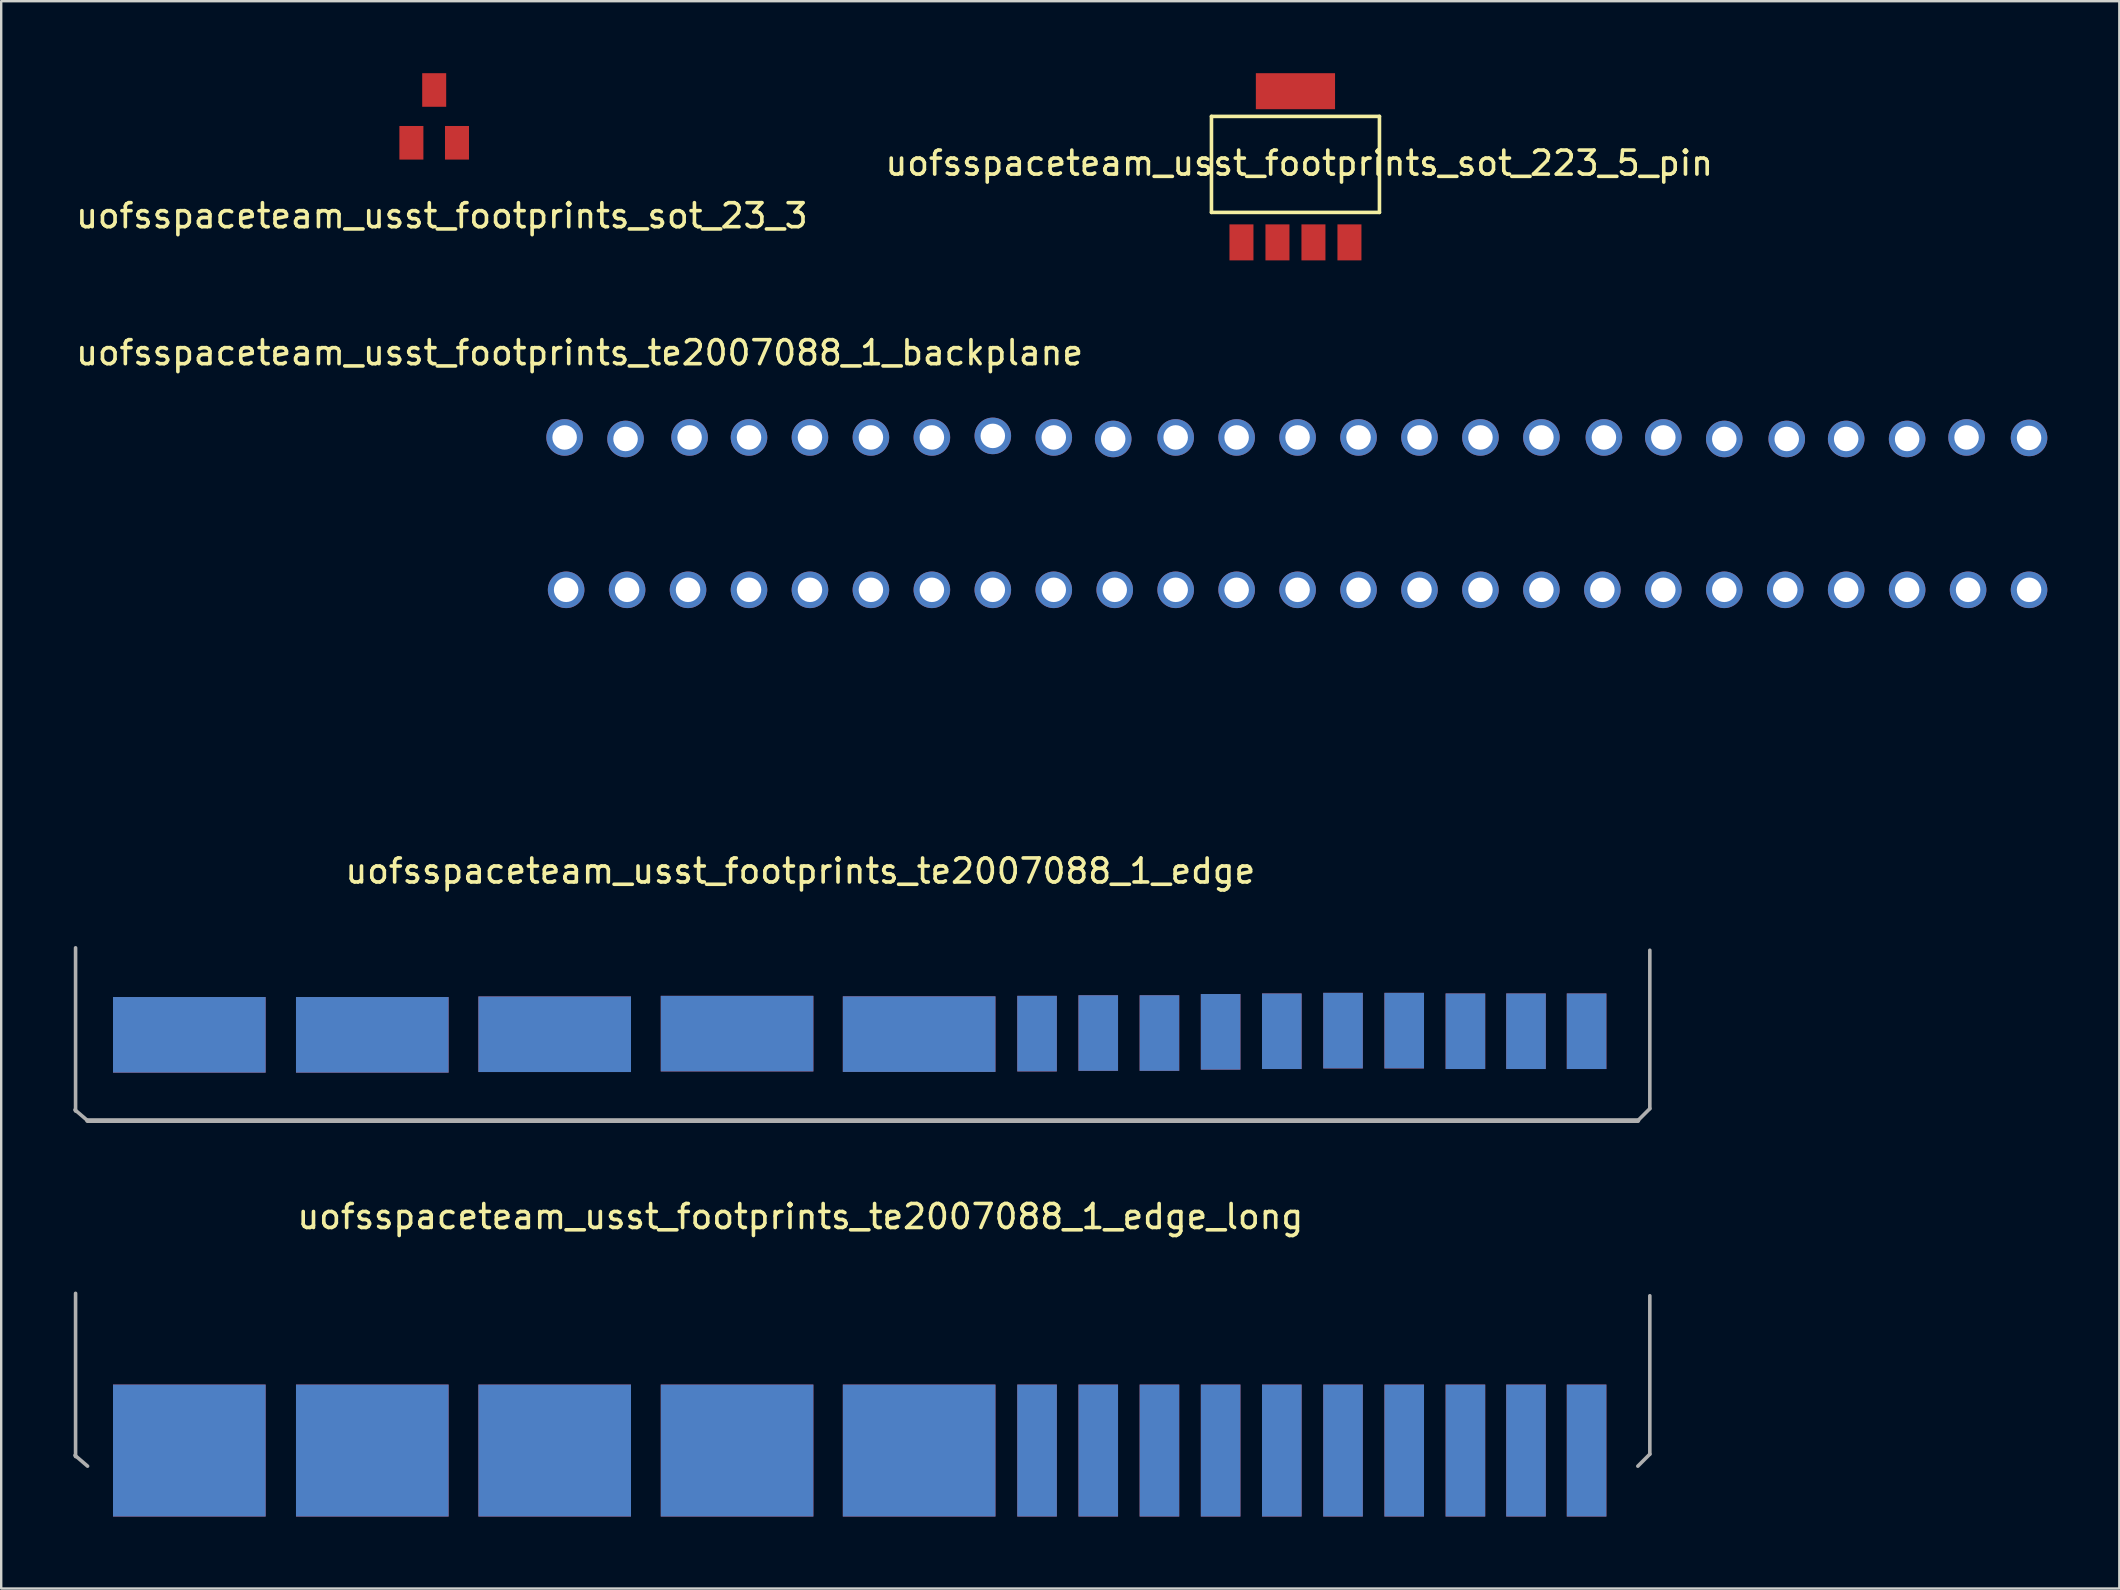
<source format=kicad_pcb>
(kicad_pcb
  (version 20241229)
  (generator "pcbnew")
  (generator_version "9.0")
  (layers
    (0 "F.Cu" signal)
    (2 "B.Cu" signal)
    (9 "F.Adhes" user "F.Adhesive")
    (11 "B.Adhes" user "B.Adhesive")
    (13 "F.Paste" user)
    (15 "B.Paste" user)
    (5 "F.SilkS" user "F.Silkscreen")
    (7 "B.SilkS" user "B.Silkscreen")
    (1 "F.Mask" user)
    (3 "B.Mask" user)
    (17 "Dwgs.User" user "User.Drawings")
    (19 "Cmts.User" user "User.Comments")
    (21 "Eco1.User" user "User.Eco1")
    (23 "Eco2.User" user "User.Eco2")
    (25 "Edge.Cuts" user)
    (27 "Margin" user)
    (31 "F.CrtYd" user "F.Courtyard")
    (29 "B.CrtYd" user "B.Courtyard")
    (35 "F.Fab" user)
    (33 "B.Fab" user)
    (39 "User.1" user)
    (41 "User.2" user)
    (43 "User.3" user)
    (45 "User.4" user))
  (footprint "uofsspaceteam_usst_footprints_te2007088_1_edge"
    (layer "F.Cu")
    (at 30.299 43.547)
    (property "Reference" "uofsspaceteam_usst_footprints_te2007088_1_edge" (at 0 -10.3 0) (layer "F.SilkS") (effects (font (size 1 1) (thickness 0.15))))
    (attr through_hole)
    (fp_line (start -30.2 -7.1) (end -30.2 -0.3) (stroke (width 0.15) (type solid)) (layer "F.Fab"))
    (fp_line (start -29.7 0.1) (end -30.224 -0.349) (stroke (width 0.15) (type solid)) (layer "F.Fab"))
    (fp_line (start -29.7 0.1) (end 34.9 0.1) (stroke (width 0.2) (type solid)) (layer "F.Fab"))
    (fp_line (start 34.9 0.1) (end 35.4 -0.4) (stroke (width 0.15) (type solid)) (layer "F.Fab"))
    (fp_line (start 35.4 -0.4) (end 35.4 -7) (stroke (width 0.15) (type solid)) (layer "F.Fab"))
    (pad "1" smd rect (at -25.46 -3.475) (size 6.36 3.15) (layers "B.Cu" "B.Mask" "B.Paste"))
    (pad "2" smd rect (at -17.835 -3.475) (size 6.36 3.15) (layers "B.Cu" "B.Mask" "B.Paste"))
    (pad "3" smd rect (at -10.235 -3.5) (size 6.36 3.15) (layers "B.Cu" "B.Mask" "B.Paste"))
    (pad "4" smd rect (at -2.635 -3.525) (size 6.36 3.15) (layers "B.Cu" "B.Mask" "B.Paste"))
    (pad "5" smd rect (at 4.952 -3.505) (size 6.36 3.15) (layers "B.Cu" "B.Mask" "B.Paste"))
    (pad "6" smd rect (at 9.865 -3.525) (size 1.65 3.15) (layers "B.Cu" "B.Mask" "B.Paste"))
    (pad "7" smd rect (at 12.415 -3.55) (size 1.65 3.15) (layers "B.Cu" "B.Mask" "B.Paste"))
    (pad "8" smd rect (at 14.965 -3.55) (size 1.65 3.15) (layers "B.Cu" "B.Mask" "B.Paste"))
    (pad "9" smd rect (at 17.515 -3.6) (size 1.65 3.15) (layers "B.Cu" "B.Mask" "B.Paste"))
    (pad "10" smd rect (at 20.065 -3.625) (size 1.65 3.15) (layers "B.Cu" "B.Mask" "B.Paste"))
    (pad "11" smd rect (at 22.615 -3.65) (size 1.65 3.15) (layers "B.Cu" "B.Mask" "B.Paste"))
    (pad "12" smd rect (at 25.165 -3.65) (size 1.65 3.15) (layers "B.Cu" "B.Mask" "B.Paste"))
    (pad "13" smd rect (at 27.715 -3.625) (size 1.65 3.15) (layers "B.Cu" "B.Mask" "B.Paste"))
    (pad "14" smd rect (at 30.24 -3.625) (size 1.65 3.15) (layers "B.Cu" "B.Mask" "B.Paste"))
    (pad "15" smd rect (at 32.765 -3.625) (size 1.65 3.15) (layers "B.Cu" "B.Mask" "B.Paste"))
    (pad "16" smd rect (at 32.765 -3.625) (size 1.65 3.15) (layers "F.Cu" "F.Mask" "F.Paste"))
    (pad "17" smd rect (at 30.24 -3.625) (size 1.65 3.15) (layers "F.Cu" "F.Mask" "F.Paste"))
    (pad "18" smd rect (at 27.715 -3.625) (size 1.65 3.15) (layers "F.Cu" "F.Mask" "F.Paste"))
    (pad "19" smd rect (at 25.165 -3.65) (size 1.65 3.15) (layers "F.Cu" "F.Mask" "F.Paste"))
    (pad "20" smd rect (at 22.615 -3.65) (size 1.65 3.15) (layers "F.Cu" "F.Mask" "F.Paste"))
    (pad "21" smd rect (at 20.065 -3.625) (size 1.65 3.15) (layers "F.Cu" "F.Mask" "F.Paste"))
    (pad "22" smd rect (at 17.515 -3.6) (size 1.65 3.15) (layers "F.Cu" "F.Mask" "F.Paste"))
    (pad "23" smd rect (at 14.965 -3.55) (size 1.65 3.15) (layers "F.Cu" "F.Mask" "F.Paste"))
    (pad "24" smd rect (at 12.415 -3.55) (size 1.65 3.15) (layers "F.Cu" "F.Mask" "F.Paste"))
    (pad "25" smd rect (at 9.865 -3.525) (size 1.65 3.15) (layers "F.Cu" "F.Mask" "F.Paste"))
    (pad "26" smd rect (at 4.952 -3.505) (size 6.36 3.15) (layers "F.Cu" "F.Mask" "F.Paste"))
    (pad "27" smd rect (at -2.635 -3.525) (size 6.36 3.15) (layers "F.Cu" "F.Mask" "F.Paste"))
    (pad "28" smd rect (at -10.235 -3.5) (size 6.36 3.15) (layers "F.Cu" "F.Mask" "F.Paste"))
    (pad "29" smd rect (at -17.835 -3.475) (size 6.36 3.15) (layers "F.Cu" "F.Mask" "F.Paste"))
    (pad "30" smd rect (at -25.46 -3.475) (size 6.36 3.15) (layers "F.Cu" "F.Mask" "F.Paste")))
  (footprint "uofsspaceteam_usst_footprints_sot_23_3"
    (layer "F.Cu")
    (at 15.363 5.44)
    (property "Reference" "uofsspaceteam_usst_footprints_sot_23_3" (at 0 0.5 0) (layer "F.SilkS") (effects (font (size 1 1) (thickness 0.15))))
    (attr through_hole)
    (pad "1" smd rect (at -1.27 -2.54) (size 1 1.4) (layers "F.Cu" "F.Mask" "F.Paste"))
    (pad "2" smd rect (at 0.63 -2.54) (size 1 1.4) (layers "F.Cu" "F.Mask" "F.Paste"))
    (pad "3" smd rect (at -0.32 -4.74) (size 1 1.4) (layers "F.Cu" "F.Mask" "F.Paste")))
  (footprint "uofsspaceteam_usst_footprints_te2007088_1_backplane"
    (layer "F.Cu")
    (at 56.101 29.148)
    (property "Reference" "uofsspaceteam_usst_footprints_te2007088_1_backplane" (at -35 -17.5 0) (layer "F.SilkS") (effects (font (size 1 1) (thickness 0.15))))
    (attr through_hole)
    (pad "1" thru_hole circle (at -35.623 -13.97) (size 1.524 1.524) (drill 1.02) (layers "*.Cu" "*.Mask"))
    (pad "1" thru_hole circle (at -33.084 -13.906) (size 1.524 1.524) (drill 1.02) (layers "*.Cu" "*.Mask"))
    (pad "1" thru_hole circle (at -30.416 -13.97) (size 1.524 1.524) (drill 1.02) (layers "*.Cu" "*.Mask"))
    (pad "2" thru_hole circle (at -27.94 -13.97) (size 1.524 1.524) (drill 1.02) (layers "*.Cu" "*.Mask"))
    (pad "2" thru_hole circle (at -25.4 -13.97) (size 1.524 1.524) (drill 1.02) (layers "*.Cu" "*.Mask"))
    (pad "2" thru_hole circle (at -22.86 -13.97) (size 1.524 1.524) (drill 1.02) (layers "*.Cu" "*.Mask"))
    (pad "3" thru_hole circle (at -20.32 -13.97) (size 1.524 1.524) (drill 1.02) (layers "*.Cu" "*.Mask"))
    (pad "3" thru_hole circle (at -17.78 -14.034) (size 1.524 1.524) (drill 1.02) (layers "*.Cu" "*.Mask"))
    (pad "3" thru_hole circle (at -15.24 -13.97) (size 1.524 1.524) (drill 1.02) (layers "*.Cu" "*.Mask"))
    (pad "4" thru_hole circle (at -12.764 -13.906) (size 1.524 1.524) (drill 1.02) (layers "*.Cu" "*.Mask"))
    (pad "4" thru_hole circle (at -10.16 -13.97) (size 1.524 1.524) (drill 1.02) (layers "*.Cu" "*.Mask"))
    (pad "4" thru_hole circle (at -7.62 -13.97) (size 1.524 1.524) (drill 1.02) (layers "*.Cu" "*.Mask"))
    (pad "5" thru_hole circle (at -5.08 -13.97) (size 1.524 1.524) (drill 1.02) (layers "*.Cu" "*.Mask"))
    (pad "5" thru_hole circle (at -2.54 -13.97) (size 1.524 1.524) (drill 1.02) (layers "*.Cu" "*.Mask"))
    (pad "5" thru_hole circle (at 0 -13.97) (size 1.524 1.524) (drill 1.02) (layers "*.Cu" "*.Mask"))
    (pad "6" thru_hole circle (at 2.54 -13.97) (size 1.524 1.524) (drill 1.02) (layers "*.Cu" "*.Mask"))
    (pad "7" thru_hole circle (at 5.08 -13.97) (size 1.524 1.524) (drill 1.02) (layers "*.Cu" "*.Mask"))
    (pad "8" thru_hole circle (at 7.684 -13.97) (size 1.524 1.524) (drill 1.02) (layers "*.Cu" "*.Mask"))
    (pad "9" thru_hole circle (at 10.16 -13.97) (size 1.524 1.524) (drill 1.02) (layers "*.Cu" "*.Mask"))
    (pad "10" thru_hole circle (at 12.7 -13.906) (size 1.524 1.524) (drill 1.02) (layers "*.Cu" "*.Mask"))
    (pad "11" thru_hole circle (at 15.303 -13.906) (size 1.524 1.524) (drill 1.02) (layers "*.Cu" "*.Mask"))
    (pad "12" thru_hole circle (at 17.78 -13.906) (size 1.524 1.524) (drill 1.02) (layers "*.Cu" "*.Mask"))
    (pad "13" thru_hole circle (at 20.32 -13.906) (size 1.524 1.524) (drill 1.02) (layers "*.Cu" "*.Mask"))
    (pad "14" thru_hole circle (at 22.797 -13.97) (size 1.524 1.524) (drill 1.02) (layers "*.Cu" "*.Mask"))
    (pad "15" thru_hole circle (at 25.4 -13.95) (size 1.524 1.524) (drill 1.02) (layers "*.Cu" "*.Mask"))
    (pad "16" thru_hole circle (at 25.4 -7.62) (size 1.524 1.524) (drill 1.02) (layers "*.Cu" "*.Mask"))
    (pad "17" thru_hole circle (at 22.86 -7.62) (size 1.524 1.524) (drill 1.02) (layers "*.Cu" "*.Mask"))
    (pad "18" thru_hole circle (at 20.32 -7.62) (size 1.524 1.524) (drill 1.02) (layers "*.Cu" "*.Mask"))
    (pad "19" thru_hole circle (at 17.78 -7.62) (size 1.524 1.524) (drill 1.02) (layers "*.Cu" "*.Mask"))
    (pad "20" thru_hole circle (at 15.24 -7.62) (size 1.524 1.524) (drill 1.02) (layers "*.Cu" "*.Mask"))
    (pad "21" thru_hole circle (at 12.7 -7.62) (size 1.524 1.524) (drill 1.02) (layers "*.Cu" "*.Mask"))
    (pad "22" thru_hole circle (at 10.16 -7.62) (size 1.524 1.524) (drill 1.02) (layers "*.Cu" "*.Mask"))
    (pad "23" thru_hole circle (at 7.62 -7.62) (size 1.524 1.524) (drill 1.02) (layers "*.Cu" "*.Mask"))
    (pad "24" thru_hole circle (at 5.08 -7.62) (size 1.524 1.524) (drill 1.02) (layers "*.Cu" "*.Mask"))
    (pad "25" thru_hole circle (at 2.54 -7.62) (size 1.524 1.524) (drill 1.02) (layers "*.Cu" "*.Mask"))
    (pad "26" thru_hole circle (at -5.08 -7.62) (size 1.524 1.524) (drill 1.02) (layers "*.Cu" "*.Mask"))
    (pad "26" thru_hole circle (at -2.54 -7.62) (size 1.524 1.524) (drill 1.02) (layers "*.Cu" "*.Mask"))
    (pad "26" thru_hole circle (at 0 -7.62) (size 1.524 1.524) (drill 1.02) (layers "*.Cu" "*.Mask"))
    (pad "27" thru_hole circle (at -12.7 -7.62) (size 1.524 1.524) (drill 1.02) (layers "*.Cu" "*.Mask"))
    (pad "27" thru_hole circle (at -10.16 -7.62) (size 1.524 1.524) (drill 1.02) (layers "*.Cu" "*.Mask"))
    (pad "27" thru_hole circle (at -7.62 -7.62) (size 1.524 1.524) (drill 1.02) (layers "*.Cu" "*.Mask"))
    (pad "28" thru_hole circle (at -20.32 -7.62) (size 1.524 1.524) (drill 1.02) (layers "*.Cu" "*.Mask"))
    (pad "28" thru_hole circle (at -17.78 -7.62) (size 1.524 1.524) (drill 1.02) (layers "*.Cu" "*.Mask"))
    (pad "28" thru_hole circle (at -15.24 -7.62) (size 1.524 1.524) (drill 1.02) (layers "*.Cu" "*.Mask"))
    (pad "29" thru_hole circle (at -27.94 -7.62) (size 1.524 1.524) (drill 1.02) (layers "*.Cu" "*.Mask"))
    (pad "29" thru_hole circle (at -25.4 -7.62) (size 1.524 1.524) (drill 1.02) (layers "*.Cu" "*.Mask"))
    (pad "29" thru_hole circle (at -22.86 -7.62) (size 1.524 1.524) (drill 1.02) (layers "*.Cu" "*.Mask"))
    (pad "30" thru_hole circle (at -35.56 -7.62) (size 1.524 1.524) (drill 1.02) (layers "*.Cu" "*.Mask"))
    (pad "30" thru_hole circle (at -33.02 -7.62) (size 1.524 1.524) (drill 1.02) (layers "*.Cu" "*.Mask"))
    (pad "30" thru_hole circle (at -30.48 -7.62) (size 1.524 1.524) (drill 1.02) (layers "*.Cu" "*.Mask")))
  (footprint "uofsspaceteam_usst_footprints_te2007088_1_edge_long"
    (layer "F.Cu")
    (at 30.299 57.945)
    (property "Reference" "uofsspaceteam_usst_footprints_te2007088_1_edge_long" (at 0 -10.3 0) (layer "F.SilkS") (effects (font (size 1 1) (thickness 0.15))))
    (attr through_hole)
    (fp_line (start -30.2 -7.1) (end -30.2 -0.3) (stroke (width 0.15) (type solid)) (layer "F.Fab"))
    (fp_line (start -29.7 0.1) (end -30.224 -0.349) (stroke (width 0.15) (type solid)) (layer "F.Fab"))
    (fp_line (start 34.9 0.1) (end 35.4 -0.4) (stroke (width 0.15) (type solid)) (layer "F.Fab"))
    (fp_line (start 35.4 -0.4) (end 35.4 -7) (stroke (width 0.15) (type solid)) (layer "F.Fab"))
    (pad "1" smd rect (at -25.46 -0.55) (size 6.36 5.5) (layers "B.Cu" "B.Mask" "B.Paste"))
    (pad "2" smd rect (at -17.835 -0.55) (size 6.36 5.5) (layers "B.Cu" "B.Mask" "B.Paste"))
    (pad "3" smd rect (at -10.235 -0.55) (size 6.36 5.5) (layers "B.Cu" "B.Mask" "B.Paste"))
    (pad "4" smd rect (at -2.635 -0.55) (size 6.36 5.5) (layers "B.Cu" "B.Mask" "B.Paste"))
    (pad "5" smd rect (at 4.952 -0.55) (size 6.36 5.5) (layers "B.Cu" "B.Mask" "B.Paste"))
    (pad "6" smd rect (at 9.865 -0.55) (size 1.65 5.5) (layers "B.Cu" "B.Mask" "B.Paste"))
    (pad "7" smd rect (at 12.415 -0.55) (size 1.65 5.5) (layers "B.Cu" "B.Mask" "B.Paste"))
    (pad "8" smd rect (at 14.965 -0.55) (size 1.65 5.5) (layers "B.Cu" "B.Mask" "B.Paste"))
    (pad "9" smd rect (at 17.515 -0.55) (size 1.65 5.5) (layers "B.Cu" "B.Mask" "B.Paste"))
    (pad "10" smd rect (at 20.065 -0.55) (size 1.65 5.5) (layers "B.Cu" "B.Mask" "B.Paste"))
    (pad "11" smd rect (at 22.615 -0.55) (size 1.65 5.5) (layers "B.Cu" "B.Mask" "B.Paste"))
    (pad "12" smd rect (at 25.165 -0.55) (size 1.65 5.5) (layers "B.Cu" "B.Mask" "B.Paste"))
    (pad "13" smd rect (at 27.715 -0.55) (size 1.65 5.5) (layers "B.Cu" "B.Mask" "B.Paste"))
    (pad "14" smd rect (at 30.24 -0.55) (size 1.65 5.5) (layers "B.Cu" "B.Mask" "B.Paste"))
    (pad "15" smd rect (at 32.765 -0.55) (size 1.65 5.5) (layers "B.Cu" "B.Mask" "B.Paste"))
    (pad "16" smd rect (at 32.765 -0.55) (size 1.65 5.5) (layers "F.Cu" "F.Mask" "F.Paste"))
    (pad "17" smd rect (at 30.24 -0.55) (size 1.65 5.5) (layers "F.Cu" "F.Mask" "F.Paste"))
    (pad "18" smd rect (at 27.715 -0.55) (size 1.65 5.5) (layers "F.Cu" "F.Mask" "F.Paste"))
    (pad "19" smd rect (at 25.165 -0.55) (size 1.65 5.5) (layers "F.Cu" "F.Mask" "F.Paste"))
    (pad "20" smd rect (at 22.615 -0.55) (size 1.65 5.5) (layers "F.Cu" "F.Mask" "F.Paste"))
    (pad "21" smd rect (at 20.065 -0.55) (size 1.65 5.5) (layers "F.Cu" "F.Mask" "F.Paste"))
    (pad "22" smd rect (at 17.515 -0.55) (size 1.65 5.5) (layers "F.Cu" "F.Mask" "F.Paste"))
    (pad "23" smd rect (at 14.965 -0.55) (size 1.65 5.5) (layers "F.Cu" "F.Mask" "F.Paste"))
    (pad "24" smd rect (at 12.415 -0.55) (size 1.65 5.5) (layers "F.Cu" "F.Mask" "F.Paste"))
    (pad "25" smd rect (at 9.865 -0.55) (size 1.65 5.5) (layers "F.Cu" "F.Mask" "F.Paste"))
    (pad "26" smd rect (at 4.952 -0.55) (size 6.36 5.5) (layers "F.Cu" "F.Mask" "F.Paste"))
    (pad "27" smd rect (at -2.635 -0.55) (size 6.36 5.5) (layers "F.Cu" "F.Mask" "F.Paste"))
    (pad "28" smd rect (at -10.235 -0.55) (size 6.36 5.5) (layers "F.Cu" "F.Mask" "F.Paste"))
    (pad "29" smd rect (at -17.835 -0.55) (size 6.36 5.5) (layers "F.Cu" "F.Mask" "F.Paste"))
    (pad "30" smd rect (at -25.46 -0.55) (size 6.36 5.5) (layers "F.Cu" "F.Mask" "F.Paste")))
  (footprint "uofsspaceteam_usst_footprints_sot_223_5_pin"
    (layer "F.Cu")
    (at 50.932 7.05)
    (property "Reference" "uofsspaceteam_usst_footprints_sot_223_5_pin" (at 0.157 -3.301 0) (layer "F.SilkS") (effects (font (size 1 1) (thickness 0.15))))
    (attr through_hole)
    (fp_line (start -3.5 -5.25) (end 3.5 -5.25) (stroke (width 0.15) (type solid)) (layer "F.SilkS"))
    (fp_line (start -3.5 -1.25) (end -3.5 -5.25) (stroke (width 0.15) (type solid)) (layer "F.SilkS"))
    (fp_line (start 3.5 -5.25) (end 3.5 -1.25) (stroke (width 0.15) (type solid)) (layer "F.SilkS"))
    (fp_line (start 3.5 -1.25) (end -3.5 -1.25) (stroke (width 0.15) (type solid)) (layer "F.SilkS"))
    (pad "1" smd rect (at -2.25 0) (size 1 1.5) (layers "F.Cu" "F.Mask" "F.Paste"))
    (pad "2" smd rect (at -0.75 0) (size 1 1.5) (layers "F.Cu" "F.Mask" "F.Paste"))
    (pad "3" smd rect (at 0.75 0) (size 1 1.5) (layers "F.Cu" "F.Mask" "F.Paste"))
    (pad "4" smd rect (at 2.25 0) (size 1 1.5) (layers "F.Cu" "F.Mask" "F.Paste"))
    (pad "5" smd rect (at 0 -6.3) (size 3.3 1.5) (layers "F.Cu" "F.Mask" "F.Paste")))
  (gr_rect
    (start -3 -3)
    (end 85.263 63.145)
    (stroke (width 0.1) (type default))
    (fill no)
    (layer "Edge.Cuts")))
</source>
